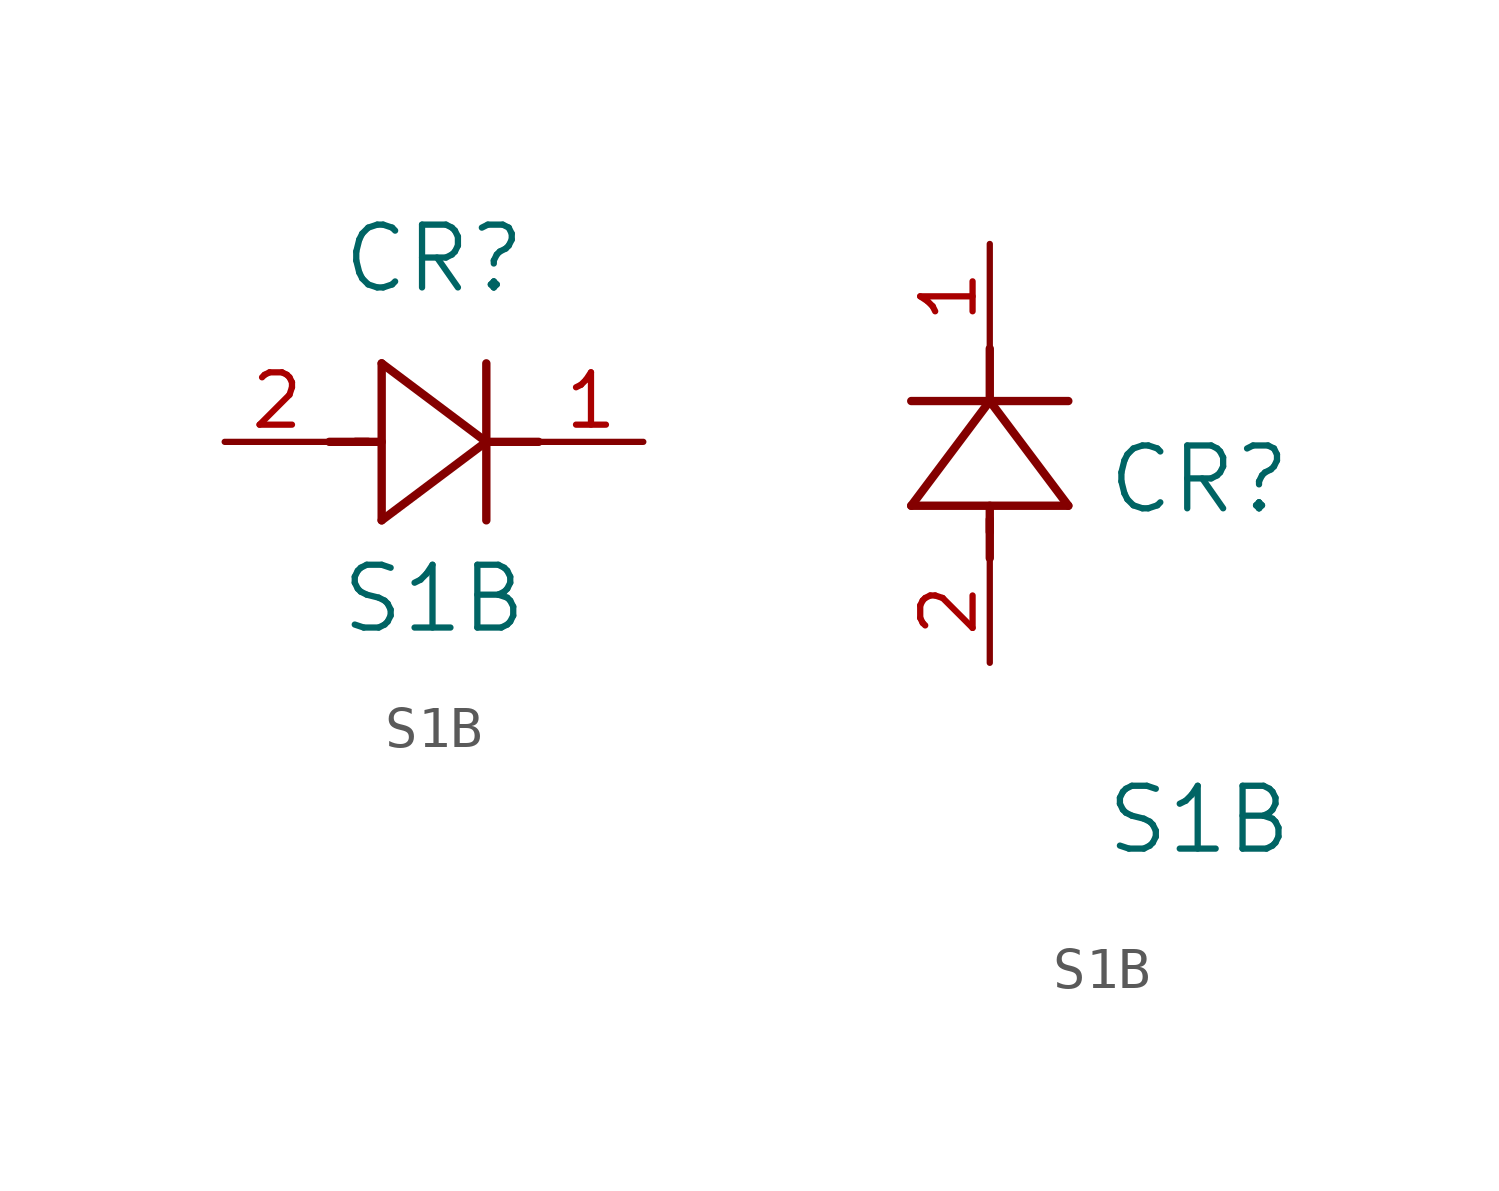
<source format=kicad_sym>
(kicad_symbol_lib
  (version 20211014)
  (generator kicad_symbol_editor)
  (symbol "S1B"
    (pin_names
      (offset 0.254))
    (property "Reference" "CR"
      (at 5.08 4.445 0)
      (effects (font (size 1.524 1.524))))
    (property "Value" "S1B"
      (at 5.08 -3.81 0)
      (effects (font (size 1.524 1.524))))
    (symbol "S1B_1_1"
      (polyline (pts (xy 2.54 0) (xy 3.48 0)) (stroke (width 0.203) (type default) (color 0 0 0 0)) (fill (type none)))
      (polyline (pts (xy 3.81 1.905) (xy 3.81 -1.905)) (stroke (width 0.203) (type default) (color 0 0 0 0)) (fill (type none)))
      (polyline (pts (xy 3.175 0) (xy 3.81 0)) (stroke (width 0.203) (type default) (color 0 0 0 0)) (fill (type none)))
      (polyline (pts (xy 6.35 -1.905) (xy 6.35 1.905)) (stroke (width 0.203) (type default) (color 0 0 0 0)) (fill (type none)))
      (polyline (pts (xy 6.35 0) (xy 7.62 0)) (stroke (width 0.203) (type default) (color 0 0 0 0)) (fill (type none)))
      (polyline (pts (xy 6.35 0) (xy 3.81 1.905)) (stroke (width 0.203) (type default) (color 0 0 0 0)) (fill (type none)))
      (polyline (pts (xy 3.81 -1.905) (xy 6.35 0)) (stroke (width 0.203) (type default) (color 0 0 0 0)) (fill (type none)))
      (pin unspecified line (at 10.16 0 180) (length 2.54) (name "" (effects (font (size 1.27 1.27)))) (number "1" (effects (font (size 1.27 1.27)))))
      (pin unspecified line (at 0 0 0) (length 2.54) (name "" (effects (font (size 1.27 1.27)))) (number "2" (effects (font (size 1.27 1.27))))))
    (symbol "S1B_1_2"
      (polyline (pts (xy 0 2.54) (xy 0 3.48)) (stroke (width 0.203) (type default) (color 0 0 0 0)) (fill (type none)))
      (polyline (pts (xy -1.905 3.81) (xy 1.905 3.81)) (stroke (width 0.203) (type default) (color 0 0 0 0)) (fill (type none)))
      (polyline (pts (xy 0 3.175) (xy 0 3.81)) (stroke (width 0.203) (type default) (color 0 0 0 0)) (fill (type none)))
      (polyline (pts (xy 1.905 6.35) (xy -1.905 6.35)) (stroke (width 0.203) (type default) (color 0 0 0 0)) (fill (type none)))
      (polyline (pts (xy 0 6.35) (xy 0 7.62)) (stroke (width 0.203) (type default) (color 0 0 0 0)) (fill (type none)))
      (polyline (pts (xy 0 6.35) (xy -1.905 3.81)) (stroke (width 0.203) (type default) (color 0 0 0 0)) (fill (type none)))
      (polyline (pts (xy 1.905 3.81) (xy 0 6.35)) (stroke (width 0.203) (type default) (color 0 0 0 0)) (fill (type none)))
      (pin unspecified line (at 0 10.16 270) (length 2.54) (name "" (effects (font (size 1.27 1.27)))) (number "1" (effects (font (size 1.27 1.27)))))
      (pin unspecified line (at 0 0 90) (length 2.54) (name "" (effects (font (size 1.27 1.27)))) (number "2" (effects (font (size 1.27 1.27))))))))
</source>
